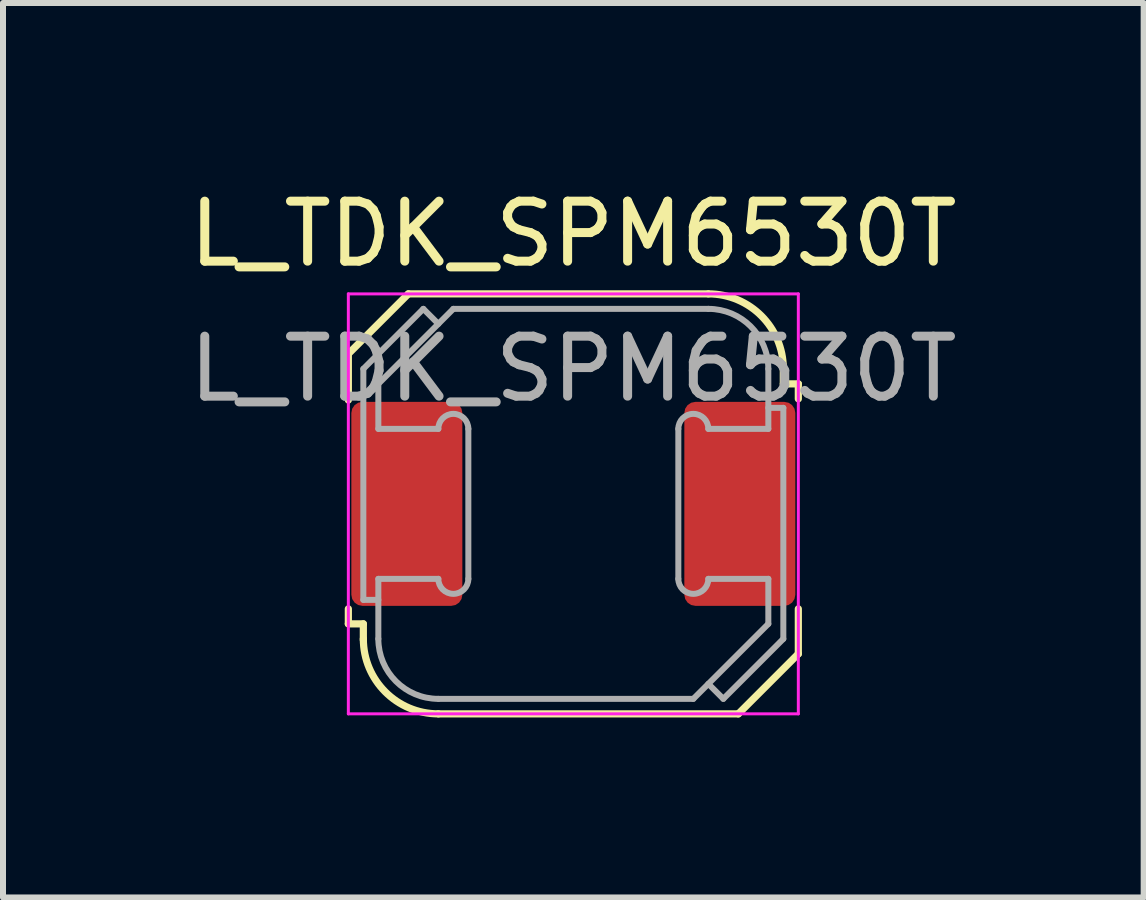
<source format=kicad_pcb>
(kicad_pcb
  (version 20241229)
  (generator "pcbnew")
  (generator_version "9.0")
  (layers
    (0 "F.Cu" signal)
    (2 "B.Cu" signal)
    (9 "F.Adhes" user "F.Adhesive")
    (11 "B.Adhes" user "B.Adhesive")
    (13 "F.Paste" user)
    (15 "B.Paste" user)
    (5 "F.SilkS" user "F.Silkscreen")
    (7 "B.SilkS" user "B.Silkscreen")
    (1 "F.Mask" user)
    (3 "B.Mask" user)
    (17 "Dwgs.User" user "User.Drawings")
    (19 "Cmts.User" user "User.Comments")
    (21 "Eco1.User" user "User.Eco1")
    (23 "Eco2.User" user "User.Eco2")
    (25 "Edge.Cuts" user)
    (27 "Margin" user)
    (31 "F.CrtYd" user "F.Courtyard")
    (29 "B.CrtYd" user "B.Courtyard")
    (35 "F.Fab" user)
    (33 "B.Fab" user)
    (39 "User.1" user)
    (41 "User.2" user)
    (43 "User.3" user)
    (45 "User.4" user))
  (footprint "L_TDK_SPM6530T"
    (layer "F.Cu")
    (at 6.506 5.348)
    (property "Reference" "L_TDK_SPM6530T" (at 0 -4.5 0) (layer "F.SilkS") (effects (font (size 1 1) (thickness 0.15))))
    (attr smd)
    (fp_line (start -3.75 -2.5) (end -3.75 -1.73) (stroke (width 0.12) (type solid)) (layer "F.SilkS"))
    (fp_line (start -3.75 -2.5) (end -2.75 -3.5) (stroke (width 0.12) (type solid)) (layer "F.SilkS"))
    (fp_line (start -3.75 2) (end -3.75 1.75) (stroke (width 0.12) (type solid)) (layer "F.SilkS"))
    (fp_line (start -3.75 2) (end -3.5 2) (stroke (width 0.12) (type solid)) (layer "F.SilkS"))
    (fp_line (start -3.5 2) (end -3.5 2.27) (stroke (width 0.12) (type solid)) (layer "F.SilkS"))
    (fp_line (start -2.25 3.5) (end 2.75 3.5) (stroke (width 0.12) (type solid)) (layer "F.SilkS"))
    (fp_line (start 2.25 -3.5) (end -2.75 -3.5) (stroke (width 0.12) (type solid)) (layer "F.SilkS"))
    (fp_line (start 3.5 -2) (end 3.5 -2.25) (stroke (width 0.12) (type solid)) (layer "F.SilkS"))
    (fp_line (start 3.5 -2) (end 3.75 -2) (stroke (width 0.12) (type solid)) (layer "F.SilkS"))
    (fp_line (start 3.75 -2) (end 3.75 -1.75) (stroke (width 0.12) (type solid)) (layer "F.SilkS"))
    (fp_line (start 3.75 1.75) (end 3.75 2.5) (stroke (width 0.12) (type solid)) (layer "F.SilkS"))
    (fp_line (start 3.75 2.5) (end 2.75 3.5) (stroke (width 0.12) (type solid)) (layer "F.SilkS"))
    (fp_arc (start -2.25 3.5) (mid -3.133883 3.133883) (end -3.5 2.25) (stroke (width 0.12) (type solid)) (layer "F.SilkS"))
    (fp_arc (start 2.25 -3.5) (mid 3.133883 -3.133883) (end 3.5 -2.25) (stroke (width 0.12) (type solid)) (layer "F.SilkS"))
    (fp_line (start -3.75 -3.5) (end -3.75 3.5) (stroke (width 0.05) (type solid)) (layer "F.CrtYd"))
    (fp_line (start -3.75 -3.5) (end 3.75 -3.5) (stroke (width 0.05) (type solid)) (layer "F.CrtYd"))
    (fp_line (start -3.75 3.5) (end 3.75 3.5) (stroke (width 0.05) (type solid)) (layer "F.CrtYd"))
    (fp_line (start 3.75 -3.5) (end 3.75 3.5) (stroke (width 0.05) (type solid)) (layer "F.CrtYd"))
    (fp_line (start -3.5 -2.25) (end -3.5 1.6) (stroke (width 0.1) (type solid)) (layer "F.Fab"))
    (fp_line (start -3.5 1.6) (end -3.25 1.6) (stroke (width 0.1) (type solid)) (layer "F.Fab"))
    (fp_line (start -3.25 -2) (end -2 -3.25) (stroke (width 0.1) (type solid)) (layer "F.Fab"))
    (fp_line (start -3.25 -1.25) (end -3.25 -2) (stroke (width 0.1) (type solid)) (layer "F.Fab"))
    (fp_line (start -3.25 1.25) (end -3.25 2.25) (stroke (width 0.1) (type solid)) (layer "F.Fab"))
    (fp_line (start -2.5 -3.25) (end -3.5 -2.25) (stroke (width 0.1) (type solid)) (layer "F.Fab"))
    (fp_line (start -2.25 -3) (end -2.5 -3.25) (stroke (width 0.1) (type solid)) (layer "F.Fab"))
    (fp_line (start -2.25 -1.25) (end -3.25 -1.25) (stroke (width 0.1) (type solid)) (layer "F.Fab"))
    (fp_line (start -2.25 1.25) (end -3.25 1.25) (stroke (width 0.1) (type solid)) (layer "F.Fab"))
    (fp_line (start -2 -3.25) (end 2.25 -3.25) (stroke (width 0.1) (type solid)) (layer "F.Fab"))
    (fp_line (start -1.75 -1.25) (end -1.75 1.25) (stroke (width 0.1) (type solid)) (layer "F.Fab"))
    (fp_line (start 1.75 -1.25) (end 1.75 1.25) (stroke (width 0.1) (type solid)) (layer "F.Fab"))
    (fp_line (start 2 3.25) (end -2.25 3.25) (stroke (width 0.1) (type solid)) (layer "F.Fab"))
    (fp_line (start 2 3.25) (end 3.25 2) (stroke (width 0.1) (type solid)) (layer "F.Fab"))
    (fp_line (start 2.5 3.25) (end 2.25 3) (stroke (width 0.1) (type solid)) (layer "F.Fab"))
    (fp_line (start 3.25 -2.25) (end 3.25 -1.25) (stroke (width 0.1) (type solid)) (layer "F.Fab"))
    (fp_line (start 3.25 -1.6) (end 3.5 -1.6) (stroke (width 0.1) (type solid)) (layer "F.Fab"))
    (fp_line (start 3.25 -1.25) (end 2.25 -1.25) (stroke (width 0.1) (type solid)) (layer "F.Fab"))
    (fp_line (start 3.25 1.25) (end 2.25 1.25) (stroke (width 0.1) (type solid)) (layer "F.Fab"))
    (fp_line (start 3.25 1.25) (end 3.25 2) (stroke (width 0.1) (type solid)) (layer "F.Fab"))
    (fp_line (start 3.5 -1.6) (end 3.5 2.25) (stroke (width 0.1) (type solid)) (layer "F.Fab"))
    (fp_line (start 3.5 2.25) (end 2.5 3.25) (stroke (width 0.1) (type solid)) (layer "F.Fab"))
    (fp_arc (start -2.25 -1.25) (mid -2 -1.5) (end -1.75 -1.25) (stroke (width 0.1) (type solid)) (layer "F.Fab"))
    (fp_arc (start -2.25 3.25) (mid -2.957107 2.957107) (end -3.25 2.25) (stroke (width 0.1) (type solid)) (layer "F.Fab"))
    (fp_arc (start -1.75 1.25) (mid -2 1.5) (end -2.25 1.25) (stroke (width 0.1) (type solid)) (layer "F.Fab"))
    (fp_arc (start 1.75 -1.25) (mid 2 -1.5) (end 2.25 -1.25) (stroke (width 0.1) (type solid)) (layer "F.Fab"))
    (fp_arc (start 2.25 -3.25) (mid 2.957107 -2.957107) (end 3.25 -2.25) (stroke (width 0.1) (type solid)) (layer "F.Fab"))
    (fp_arc (start 2.25 1.25) (mid 2 1.5) (end 1.75 1.25) (stroke (width 0.1) (type solid)) (layer "F.Fab"))
    (fp_text user "${REFERENCE}" (at 0 -2.25 0) (layer "F.Fab") (effects (font (size 1 1) (thickness 0.15))))
    (pad "1" smd roundrect (at -2.775 0) (size 1.85 3.4) (layers "F.Cu" "F.Mask" "F.Paste") (roundrect_rratio 0.1))
    (pad "2" smd roundrect (at 2.775 0) (size 1.85 3.4) (layers "F.Cu" "F.Mask" "F.Paste") (roundrect_rratio 0.1)))
  (gr_rect
    (start -3 -3)
    (end 16.012 11.908)
    (stroke (width 0.1) (type default))
    (fill no)
    (layer "Edge.Cuts")))
</source>
